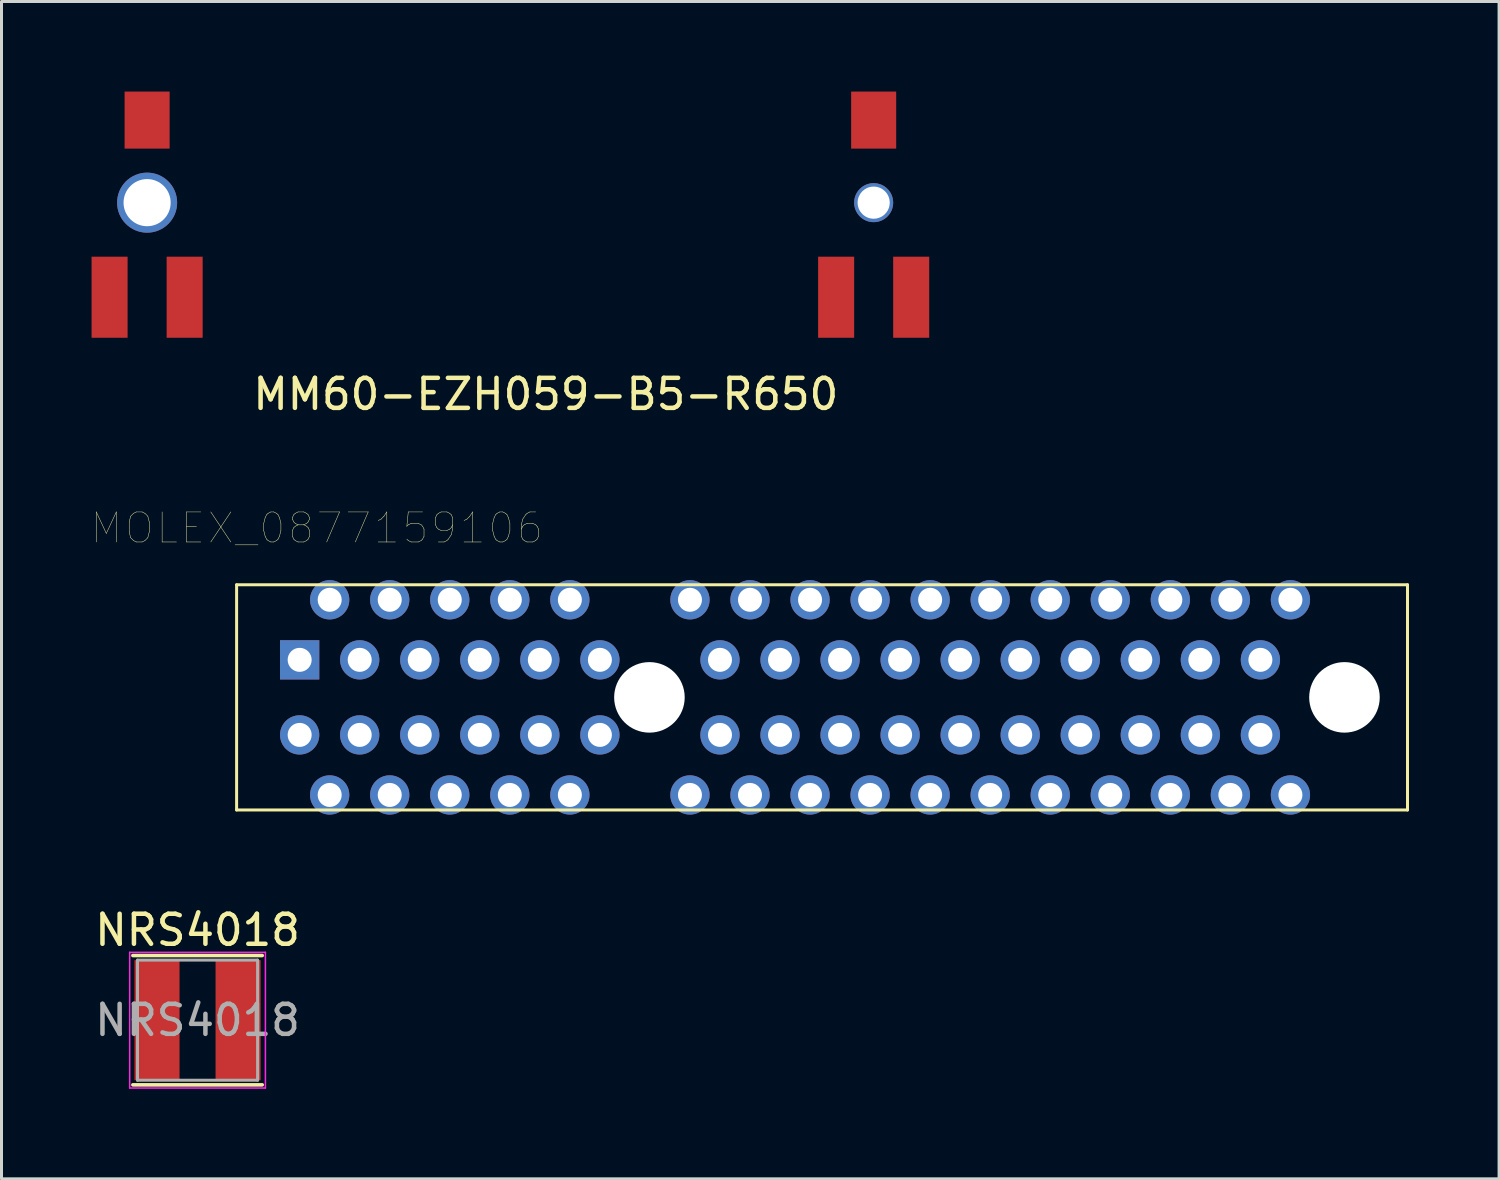
<source format=kicad_pcb>
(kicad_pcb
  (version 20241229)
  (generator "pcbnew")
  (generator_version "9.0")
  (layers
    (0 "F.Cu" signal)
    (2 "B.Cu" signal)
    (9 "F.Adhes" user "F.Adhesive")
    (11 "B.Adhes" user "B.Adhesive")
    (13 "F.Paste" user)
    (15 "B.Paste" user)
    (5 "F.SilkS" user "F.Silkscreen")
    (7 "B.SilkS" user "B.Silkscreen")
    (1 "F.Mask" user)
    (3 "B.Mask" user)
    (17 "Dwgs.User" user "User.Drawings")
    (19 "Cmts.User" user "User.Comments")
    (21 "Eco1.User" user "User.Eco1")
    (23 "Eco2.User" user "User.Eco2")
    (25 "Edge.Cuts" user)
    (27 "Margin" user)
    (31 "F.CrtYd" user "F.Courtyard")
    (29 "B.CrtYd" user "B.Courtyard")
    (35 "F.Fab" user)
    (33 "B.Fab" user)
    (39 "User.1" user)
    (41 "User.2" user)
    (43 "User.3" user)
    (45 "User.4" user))
  (footprint "MOLEX_0877159106"
    (layer "F.Cu")
    (at 24.331 20.178)
    (property "Reference" "MOLEX_0877159106" (at -16.833 -5.638 0) (layer "F.SilkS") (effects (font (size 1.001 1.001) (thickness 0.015))))
    (attr through_hole)
    (fp_line (start -19.5 -3.75) (end -19.5 3.75) (stroke (width 0.1) (type solid)) (layer "F.SilkS"))
    (fp_line (start -19.5 3.75) (end 19.5 3.75) (stroke (width 0.1) (type solid)) (layer "F.SilkS"))
    (fp_line (start 19.5 -3.75) (end -19.5 -3.75) (stroke (width 0.1) (type solid)) (layer "F.SilkS"))
    (fp_line (start 19.5 3.75) (end 19.5 -3.75) (stroke (width 0.1) (type solid)) (layer "F.SilkS"))
    (pad "" np_thru_hole circle (at -5.75 0) (size 2.35 2.35) (drill 2.35) (layers "*.Cu" "*.Mask"))
    (pad "" np_thru_hole circle (at 17.4 0) (size 2.35 2.35) (drill 2.35) (layers "*.Cu" "*.Mask"))
    (pad "A1" thru_hole rect (at -17.4 -1.25) (size 1.308 1.308) (drill 0.8) (layers "*.Cu" "*.Mask"))
    (pad "A2" thru_hole circle (at -16.4 -3.25) (size 1.308 1.308) (drill 0.8) (layers "*.Cu" "*.Mask"))
    (pad "A3" thru_hole circle (at -15.4 -1.25) (size 1.308 1.308) (drill 0.8) (layers "*.Cu" "*.Mask"))
    (pad "A4" thru_hole circle (at -14.4 -3.25) (size 1.308 1.308) (drill 0.8) (layers "*.Cu" "*.Mask"))
    (pad "A5" thru_hole circle (at -13.4 -1.25) (size 1.308 1.308) (drill 0.8) (layers "*.Cu" "*.Mask"))
    (pad "A6" thru_hole circle (at -12.4 -3.25) (size 1.308 1.308) (drill 0.8) (layers "*.Cu" "*.Mask"))
    (pad "A7" thru_hole circle (at -11.4 -1.25) (size 1.308 1.308) (drill 0.8) (layers "*.Cu" "*.Mask"))
    (pad "A8" thru_hole circle (at -10.4 -3.25) (size 1.308 1.308) (drill 0.8) (layers "*.Cu" "*.Mask"))
    (pad "A9" thru_hole circle (at -9.4 -1.25) (size 1.308 1.308) (drill 0.8) (layers "*.Cu" "*.Mask"))
    (pad "A10" thru_hole circle (at -8.4 -3.25) (size 1.308 1.308) (drill 0.8) (layers "*.Cu" "*.Mask"))
    (pad "A11" thru_hole circle (at -7.4 -1.25) (size 1.308 1.308) (drill 0.8) (layers "*.Cu" "*.Mask"))
    (pad "A12" thru_hole circle (at -4.4 -3.25) (size 1.308 1.308) (drill 0.8) (layers "*.Cu" "*.Mask"))
    (pad "A13" thru_hole circle (at -3.4 -1.25) (size 1.308 1.308) (drill 0.8) (layers "*.Cu" "*.Mask"))
    (pad "A14" thru_hole circle (at -2.4 -3.25) (size 1.308 1.308) (drill 0.8) (layers "*.Cu" "*.Mask"))
    (pad "A15" thru_hole circle (at -1.4 -1.25) (size 1.308 1.308) (drill 0.8) (layers "*.Cu" "*.Mask"))
    (pad "A16" thru_hole circle (at -0.4 -3.25) (size 1.308 1.308) (drill 0.8) (layers "*.Cu" "*.Mask"))
    (pad "A17" thru_hole circle (at 0.6 -1.25) (size 1.308 1.308) (drill 0.8) (layers "*.Cu" "*.Mask"))
    (pad "A18" thru_hole circle (at 1.6 -3.25) (size 1.308 1.308) (drill 0.8) (layers "*.Cu" "*.Mask"))
    (pad "A19" thru_hole circle (at 2.6 -1.25) (size 1.308 1.308) (drill 0.8) (layers "*.Cu" "*.Mask"))
    (pad "A20" thru_hole circle (at 3.6 -3.25) (size 1.308 1.308) (drill 0.8) (layers "*.Cu" "*.Mask"))
    (pad "A21" thru_hole circle (at 4.6 -1.25) (size 1.308 1.308) (drill 0.8) (layers "*.Cu" "*.Mask"))
    (pad "A22" thru_hole circle (at 5.6 -3.25) (size 1.308 1.308) (drill 0.8) (layers "*.Cu" "*.Mask"))
    (pad "A23" thru_hole circle (at 6.6 -1.25) (size 1.308 1.308) (drill 0.8) (layers "*.Cu" "*.Mask"))
    (pad "A24" thru_hole circle (at 7.6 -3.25) (size 1.308 1.308) (drill 0.8) (layers "*.Cu" "*.Mask"))
    (pad "A25" thru_hole circle (at 8.6 -1.25) (size 1.308 1.308) (drill 0.8) (layers "*.Cu" "*.Mask"))
    (pad "A26" thru_hole circle (at 9.6 -3.25) (size 1.308 1.308) (drill 0.8) (layers "*.Cu" "*.Mask"))
    (pad "A27" thru_hole circle (at 10.6 -1.25) (size 1.308 1.308) (drill 0.8) (layers "*.Cu" "*.Mask"))
    (pad "A28" thru_hole circle (at 11.6 -3.25) (size 1.308 1.308) (drill 0.8) (layers "*.Cu" "*.Mask"))
    (pad "A29" thru_hole circle (at 12.6 -1.25) (size 1.308 1.308) (drill 0.8) (layers "*.Cu" "*.Mask"))
    (pad "A30" thru_hole circle (at 13.6 -3.25) (size 1.308 1.308) (drill 0.8) (layers "*.Cu" "*.Mask"))
    (pad "A31" thru_hole circle (at 14.6 -1.25) (size 1.308 1.308) (drill 0.8) (layers "*.Cu" "*.Mask"))
    (pad "A32" thru_hole circle (at 15.6 -3.25) (size 1.308 1.308) (drill 0.8) (layers "*.Cu" "*.Mask"))
    (pad "B1" thru_hole circle (at -17.4 1.25) (size 1.308 1.308) (drill 0.8) (layers "*.Cu" "*.Mask"))
    (pad "B2" thru_hole circle (at -16.4 3.25) (size 1.308 1.308) (drill 0.8) (layers "*.Cu" "*.Mask"))
    (pad "B3" thru_hole circle (at -15.4 1.25) (size 1.308 1.308) (drill 0.8) (layers "*.Cu" "*.Mask"))
    (pad "B4" thru_hole circle (at -14.4 3.25) (size 1.308 1.308) (drill 0.8) (layers "*.Cu" "*.Mask"))
    (pad "B5" thru_hole circle (at -13.4 1.25) (size 1.308 1.308) (drill 0.8) (layers "*.Cu" "*.Mask"))
    (pad "B6" thru_hole circle (at -12.4 3.25) (size 1.308 1.308) (drill 0.8) (layers "*.Cu" "*.Mask"))
    (pad "B7" thru_hole circle (at -11.4 1.25) (size 1.308 1.308) (drill 0.8) (layers "*.Cu" "*.Mask"))
    (pad "B8" thru_hole circle (at -10.4 3.25) (size 1.308 1.308) (drill 0.8) (layers "*.Cu" "*.Mask"))
    (pad "B9" thru_hole circle (at -9.4 1.25) (size 1.308 1.308) (drill 0.8) (layers "*.Cu" "*.Mask"))
    (pad "B10" thru_hole circle (at -8.4 3.25) (size 1.308 1.308) (drill 0.8) (layers "*.Cu" "*.Mask"))
    (pad "B11" thru_hole circle (at -7.4 1.25) (size 1.308 1.308) (drill 0.8) (layers "*.Cu" "*.Mask"))
    (pad "B12" thru_hole circle (at -4.4 3.25) (size 1.308 1.308) (drill 0.8) (layers "*.Cu" "*.Mask"))
    (pad "B13" thru_hole circle (at -3.4 1.25) (size 1.308 1.308) (drill 0.8) (layers "*.Cu" "*.Mask"))
    (pad "B14" thru_hole circle (at -2.4 3.25) (size 1.308 1.308) (drill 0.8) (layers "*.Cu" "*.Mask"))
    (pad "B15" thru_hole circle (at -1.4 1.25) (size 1.308 1.308) (drill 0.8) (layers "*.Cu" "*.Mask"))
    (pad "B16" thru_hole circle (at -0.4 3.25) (size 1.308 1.308) (drill 0.8) (layers "*.Cu" "*.Mask"))
    (pad "B17" thru_hole circle (at 0.6 1.25) (size 1.308 1.308) (drill 0.8) (layers "*.Cu" "*.Mask"))
    (pad "B18" thru_hole circle (at 1.6 3.25) (size 1.308 1.308) (drill 0.8) (layers "*.Cu" "*.Mask"))
    (pad "B19" thru_hole circle (at 2.6 1.25) (size 1.308 1.308) (drill 0.8) (layers "*.Cu" "*.Mask"))
    (pad "B20" thru_hole circle (at 3.6 3.25) (size 1.308 1.308) (drill 0.8) (layers "*.Cu" "*.Mask"))
    (pad "B21" thru_hole circle (at 4.6 1.25) (size 1.308 1.308) (drill 0.8) (layers "*.Cu" "*.Mask"))
    (pad "B22" thru_hole circle (at 5.6 3.25) (size 1.308 1.308) (drill 0.8) (layers "*.Cu" "*.Mask"))
    (pad "B23" thru_hole circle (at 6.6 1.25) (size 1.308 1.308) (drill 0.8) (layers "*.Cu" "*.Mask"))
    (pad "B24" thru_hole circle (at 7.6 3.25) (size 1.308 1.308) (drill 0.8) (layers "*.Cu" "*.Mask"))
    (pad "B25" thru_hole circle (at 8.6 1.25) (size 1.308 1.308) (drill 0.8) (layers "*.Cu" "*.Mask"))
    (pad "B26" thru_hole circle (at 9.6 3.25) (size 1.308 1.308) (drill 0.8) (layers "*.Cu" "*.Mask"))
    (pad "B27" thru_hole circle (at 10.6 1.25) (size 1.308 1.308) (drill 0.8) (layers "*.Cu" "*.Mask"))
    (pad "B28" thru_hole circle (at 11.6 3.25) (size 1.308 1.308) (drill 0.8) (layers "*.Cu" "*.Mask"))
    (pad "B29" thru_hole circle (at 12.6 1.25) (size 1.308 1.308) (drill 0.8) (layers "*.Cu" "*.Mask"))
    (pad "B30" thru_hole circle (at 13.6 3.25) (size 1.308 1.308) (drill 0.8) (layers "*.Cu" "*.Mask"))
    (pad "B31" thru_hole circle (at 14.6 1.25) (size 1.308 1.308) (drill 0.8) (layers "*.Cu" "*.Mask"))
    (pad "B32" thru_hole circle (at 15.6 3.25) (size 1.308 1.308) (drill 0.8) (layers "*.Cu" "*.Mask")))
  (footprint "NRS4018"
    (layer "F.Cu")
    (at 3.53 30.93)
    (property "Reference" "NRS4018" (at 0 -3 0) (layer "F.SilkS") (effects (font (size 1 1) (thickness 0.15))))
    (attr smd)
    (fp_line (start -2.154 -2.154) (end 2.154 -2.154) (stroke (width 0.12) (type solid)) (layer "F.SilkS"))
    (fp_line (start 2.154 2.154) (end -2.154 2.154) (stroke (width 0.12) (type solid)) (layer "F.SilkS"))
    (fp_line (start -2.26 -2.26) (end 2.26 -2.26) (stroke (width 0.05) (type solid)) (layer "F.CrtYd"))
    (fp_line (start -2.26 2.26) (end -2.26 -2.26) (stroke (width 0.05) (type solid)) (layer "F.CrtYd"))
    (fp_line (start 2.26 -2.26) (end 2.26 2.26) (stroke (width 0.05) (type solid)) (layer "F.CrtYd"))
    (fp_line (start 2.26 2.26) (end -2.26 2.26) (stroke (width 0.05) (type solid)) (layer "F.CrtYd"))
    (fp_line (start -2 -2) (end 2 -2) (stroke (width 0.1) (type solid)) (layer "F.Fab"))
    (fp_line (start -2 2) (end -2 -2) (stroke (width 0.1) (type solid)) (layer "F.Fab"))
    (fp_line (start 2 -2) (end 2 2) (stroke (width 0.1) (type solid)) (layer "F.Fab"))
    (fp_line (start 2 2) (end -2 2) (stroke (width 0.1) (type solid)) (layer "F.Fab"))
    (fp_text user "${REFERENCE}" (at 0 0 0) (layer "F.Fab") (effects (font (size 1 1) (thickness 0.15))))
    (pad "1" smd rect (at -1.35 0) (size 1.5 4) (layers "F.Cu" "F.Mask" "F.Paste"))
    (pad "2" smd rect (at 1.35 0) (size 1.5 4) (layers "F.Cu" "F.Mask" "F.Paste")))
  (footprint "MM60-EZH059-B5-R650"
    (layer "F.Cu")
    (at 13.95 3.7)
    (property "Reference" "MM60-EZH059-B5-R650" (at 1.18 6.38 0) (layer "F.SilkS") (effects (font (size 1 1) (thickness 0.15))))
    (attr through_hole)
    (pad "" smd rect (at -13.35 3.15 180) (size 1.2 2.7) (layers "F.Cu" "F.Mask" "F.Paste"))
    (pad "" smd rect (at -12.1 -2.75 180) (size 1.5 1.9) (layers "F.Cu" "F.Mask" "F.Paste"))
    (pad "" np_thru_hole circle (at -12.1 0) (size 2 2) (drill 1.57) (layers "*.Cu" "*.Mask"))
    (pad "" smd rect (at -10.85 3.15 180) (size 1.2 2.7) (layers "F.Cu" "F.Mask" "F.Paste"))
    (pad "" smd rect (at 10.85 3.15 180) (size 1.2 2.7) (layers "F.Cu" "F.Mask" "F.Paste"))
    (pad "" smd rect (at 12.1 -2.75 180) (size 1.5 1.9) (layers "F.Cu" "F.Mask" "F.Paste"))
    (pad "" np_thru_hole circle (at 12.1 0) (size 1.3 1.3) (drill 1.07) (layers "*.Cu" "*.Mask"))
    (pad "" smd rect (at 13.35 3.15 180) (size 1.2 2.7) (layers "F.Cu" "F.Mask" "F.Paste")))
  (gr_rect
    (start -3 -3)
    (end 46.881 36.215)
    (stroke (width 0.1) (type default))
    (fill no)
    (layer "Edge.Cuts")))
</source>
